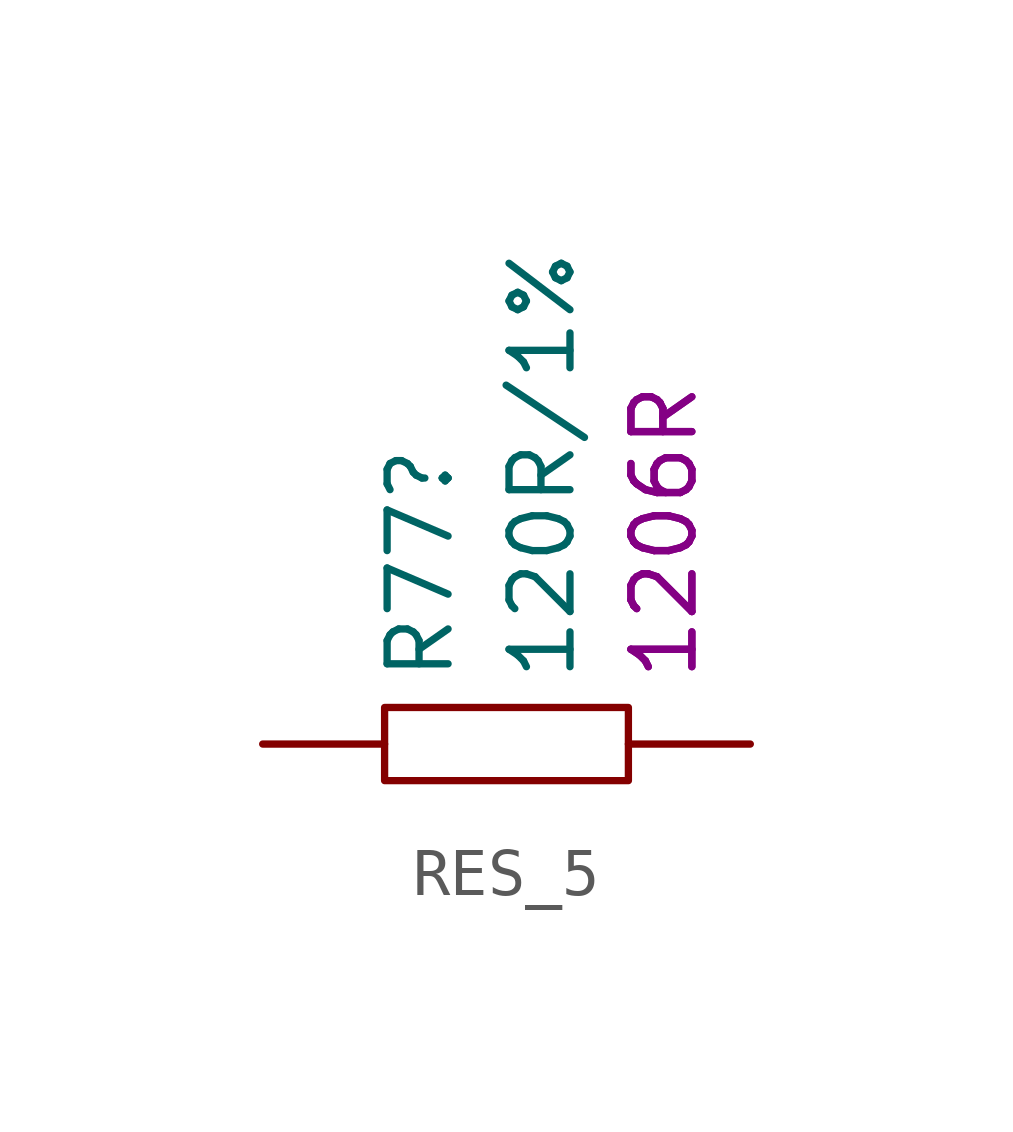
<source format=kicad_sym>
(kicad_symbol_lib
  (version 20241209)
  (generator "kicad_symbol_editor")
  (generator_version "9.0")
  (symbol "RES_5"
    (pin_numbers
      (hide yes))
    (pin_names
      (hide yes))
    (property "Reference" "R77"
      (at 0 -1.27 90)
      (effects (font (size 1.27 1.27)) (justify left top)))
    (property "Value" "120R/1%"
      (at 2.54 -1.27 90)
      (effects (font (size 1.27 1.27)) (justify left top)))
    (property "Origin Footprint" "1206R"
      (at 5.08 -1.27 90)
      (effects (font (size 1.27 1.27)) (justify left top)))
    (property "PCB Footprint" "1206R"
      (at 5.08 -1.27 90)
      (effects (font (size 1.27 1.27)) (justify left top)))
    (symbol "RES_5_1_0"
      (rectangle (start 0 -1.778) (end 5.08 -3.302) (stroke (width 0) (type default)) (fill (type none)))
      (pin passive line (at -2.54 -2.54 0) (length 2.54) (name "1" (effects (font (size 1.27 1.27)))) (number "1" (effects (font (size 1.27 1.27)))))
      (pin passive line (at 7.62 -2.54 180) (length 2.54) (name "2" (effects (font (size 1.27 1.27)))) (number "2" (effects (font (size 1.27 1.27))))))))
</source>
